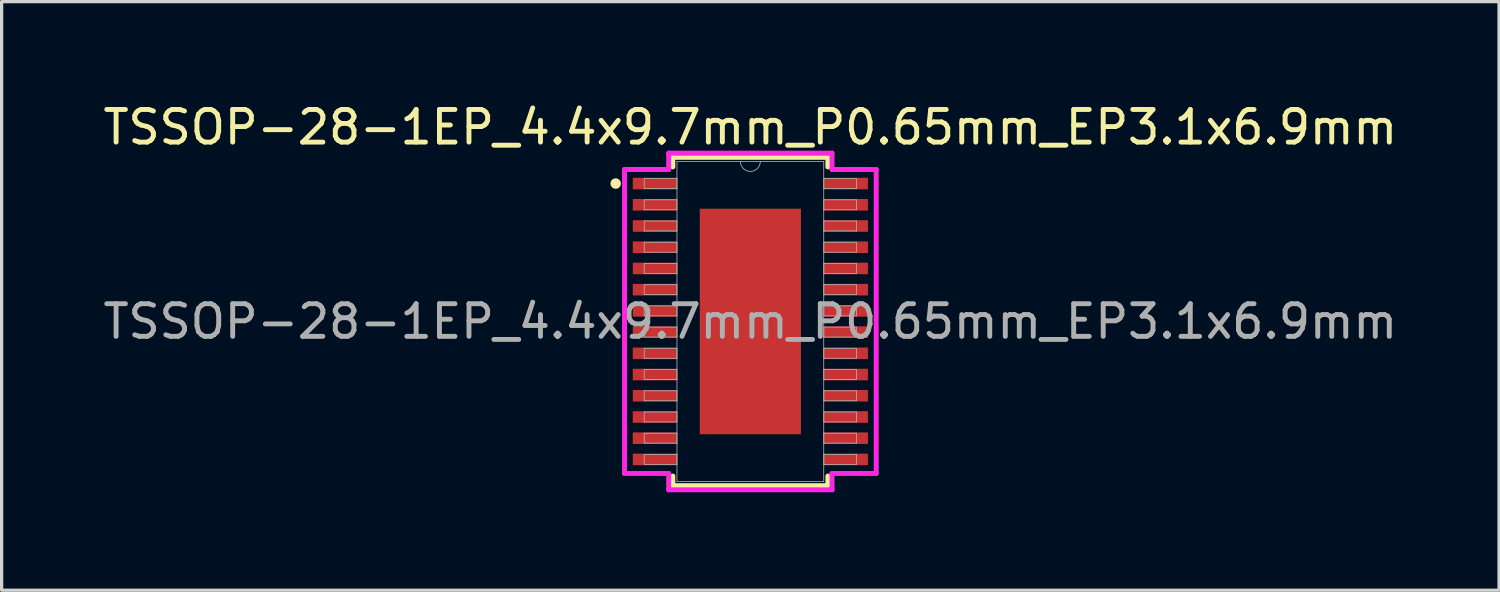
<source format=kicad_pcb>
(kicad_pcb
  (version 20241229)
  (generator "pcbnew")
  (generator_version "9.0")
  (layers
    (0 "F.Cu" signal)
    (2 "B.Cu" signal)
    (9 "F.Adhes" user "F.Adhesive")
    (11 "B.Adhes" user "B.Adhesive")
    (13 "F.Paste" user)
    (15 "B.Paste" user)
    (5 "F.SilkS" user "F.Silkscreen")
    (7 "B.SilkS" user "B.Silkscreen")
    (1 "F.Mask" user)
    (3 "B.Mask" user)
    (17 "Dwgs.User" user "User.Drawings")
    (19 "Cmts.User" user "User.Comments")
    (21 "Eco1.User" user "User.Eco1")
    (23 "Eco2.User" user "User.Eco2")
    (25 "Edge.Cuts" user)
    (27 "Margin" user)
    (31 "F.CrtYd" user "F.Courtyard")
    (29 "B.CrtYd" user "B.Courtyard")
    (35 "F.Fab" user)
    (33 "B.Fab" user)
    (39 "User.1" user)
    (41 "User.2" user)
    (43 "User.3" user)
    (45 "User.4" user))
  (footprint "TSSOP-28-1EP_4.4x9.7mm_P0.65mm_EP3.1x6.9mm"
    (layer "F.Cu")
    (at 19.935 6.798)
    (property "Reference" "TSSOP-28-1EP_4.4x9.7mm_P0.65mm_EP3.1x6.9mm" (at 0 -5.95 0) (unlocked yes) (layer "F.SilkS") (effects (font (size 1 1) (thickness 0.15))))
    (attr smd)
    (fp_line (start -2.375 -5.029) (end -2.375 -4.735) (stroke (width 0.152) (type solid)) (layer "F.SilkS"))
    (fp_line (start -2.375 4.735) (end -2.375 5.029) (stroke (width 0.152) (type solid)) (layer "F.SilkS"))
    (fp_line (start -2.375 5.029) (end 2.375 5.029) (stroke (width 0.152) (type solid)) (layer "F.SilkS"))
    (fp_line (start 2.375 -5.029) (end -2.375 -5.029) (stroke (width 0.152) (type solid)) (layer "F.SilkS"))
    (fp_line (start 2.375 -4.735) (end 2.375 -5.029) (stroke (width 0.152) (type solid)) (layer "F.SilkS"))
    (fp_line (start 2.375 5.029) (end 2.375 4.735) (stroke (width 0.152) (type solid)) (layer "F.SilkS"))
    (fp_circle (center -4.125 -4.225) (end -4.025 -4.225) (stroke (width 0.12) (type solid)) (fill yes) (layer "F.SilkS"))
    (fp_poly (pts (xy -1.449 -3.354) (xy -1.449 -2.173) (xy -0.1 -2.173) (xy -0.1 -3.354)) (stroke (width 0) (type solid)) (fill yes) (layer "F.Paste"))
    (fp_poly (pts (xy -1.449 -1.973) (xy -1.449 -0.791) (xy -0.1 -0.791) (xy -0.1 -1.973)) (stroke (width 0) (type solid)) (fill yes) (layer "F.Paste"))
    (fp_poly (pts (xy -1.449 -0.591) (xy -1.449 0.591) (xy -0.1 0.591) (xy -0.1 -0.591)) (stroke (width 0) (type solid)) (fill yes) (layer "F.Paste"))
    (fp_poly (pts (xy -1.449 0.791) (xy -1.449 1.973) (xy -0.1 1.973) (xy -0.1 0.791)) (stroke (width 0) (type solid)) (fill yes) (layer "F.Paste"))
    (fp_poly (pts (xy -1.449 2.173) (xy -1.449 3.354) (xy -0.1 3.354) (xy -0.1 2.173)) (stroke (width 0) (type solid)) (fill yes) (layer "F.Paste"))
    (fp_poly (pts (xy 0.1 -3.354) (xy 0.1 -2.173) (xy 1.449 -2.173) (xy 1.449 -3.354)) (stroke (width 0) (type solid)) (fill yes) (layer "F.Paste"))
    (fp_poly (pts (xy 0.1 -1.973) (xy 0.1 -0.791) (xy 1.449 -0.791) (xy 1.449 -1.973)) (stroke (width 0) (type solid)) (fill yes) (layer "F.Paste"))
    (fp_poly (pts (xy 0.1 -0.591) (xy 0.1 0.591) (xy 1.449 0.591) (xy 1.449 -0.591)) (stroke (width 0) (type solid)) (fill yes) (layer "F.Paste"))
    (fp_poly (pts (xy 0.1 0.791) (xy 0.1 1.973) (xy 1.449 1.973) (xy 1.449 0.791)) (stroke (width 0) (type solid)) (fill yes) (layer "F.Paste"))
    (fp_poly (pts (xy 0.1 2.173) (xy 0.1 3.354) (xy 1.449 3.354) (xy 1.449 2.173)) (stroke (width 0) (type solid)) (fill yes) (layer "F.Paste"))
    (fp_line (start -3.855 -4.656) (end -2.502 -4.656) (stroke (width 0.152) (type solid)) (layer "F.CrtYd"))
    (fp_line (start -3.855 4.656) (end -3.855 -4.656) (stroke (width 0.152) (type solid)) (layer "F.CrtYd"))
    (fp_line (start -3.855 4.656) (end -2.502 4.656) (stroke (width 0.152) (type solid)) (layer "F.CrtYd"))
    (fp_line (start -2.502 -5.156) (end 2.502 -5.156) (stroke (width 0.152) (type solid)) (layer "F.CrtYd"))
    (fp_line (start -2.502 -4.656) (end -2.502 -5.156) (stroke (width 0.152) (type solid)) (layer "F.CrtYd"))
    (fp_line (start -2.502 5.156) (end -2.502 4.656) (stroke (width 0.152) (type solid)) (layer "F.CrtYd"))
    (fp_line (start 2.502 -5.156) (end 2.502 -4.656) (stroke (width 0.152) (type solid)) (layer "F.CrtYd"))
    (fp_line (start 2.502 4.656) (end 2.502 5.156) (stroke (width 0.152) (type solid)) (layer "F.CrtYd"))
    (fp_line (start 2.502 5.156) (end -2.502 5.156) (stroke (width 0.152) (type solid)) (layer "F.CrtYd"))
    (fp_line (start 3.855 -4.656) (end 2.502 -4.656) (stroke (width 0.152) (type solid)) (layer "F.CrtYd"))
    (fp_line (start 3.855 -4.656) (end 3.855 4.656) (stroke (width 0.152) (type solid)) (layer "F.CrtYd"))
    (fp_line (start 3.855 4.656) (end 2.502 4.656) (stroke (width 0.152) (type solid)) (layer "F.CrtYd"))
    (fp_line (start -3.251 -4.377) (end -3.251 -4.073) (stroke (width 0.025) (type solid)) (layer "F.Fab"))
    (fp_line (start -3.251 -4.073) (end -2.248 -4.073) (stroke (width 0.025) (type solid)) (layer "F.Fab"))
    (fp_line (start -3.251 -3.727) (end -3.251 -3.423) (stroke (width 0.025) (type solid)) (layer "F.Fab"))
    (fp_line (start -3.251 -3.423) (end -2.248 -3.423) (stroke (width 0.025) (type solid)) (layer "F.Fab"))
    (fp_line (start -3.251 -3.077) (end -3.251 -2.773) (stroke (width 0.025) (type solid)) (layer "F.Fab"))
    (fp_line (start -3.251 -2.773) (end -2.248 -2.773) (stroke (width 0.025) (type solid)) (layer "F.Fab"))
    (fp_line (start -3.251 -2.427) (end -3.251 -2.123) (stroke (width 0.025) (type solid)) (layer "F.Fab"))
    (fp_line (start -3.251 -2.123) (end -2.248 -2.123) (stroke (width 0.025) (type solid)) (layer "F.Fab"))
    (fp_line (start -3.251 -1.777) (end -3.251 -1.473) (stroke (width 0.025) (type solid)) (layer "F.Fab"))
    (fp_line (start -3.251 -1.473) (end -2.248 -1.473) (stroke (width 0.025) (type solid)) (layer "F.Fab"))
    (fp_line (start -3.251 -1.127) (end -3.251 -0.823) (stroke (width 0.025) (type solid)) (layer "F.Fab"))
    (fp_line (start -3.251 -0.823) (end -2.248 -0.823) (stroke (width 0.025) (type solid)) (layer "F.Fab"))
    (fp_line (start -3.251 -0.477) (end -3.251 -0.173) (stroke (width 0.025) (type solid)) (layer "F.Fab"))
    (fp_line (start -3.251 -0.173) (end -2.248 -0.173) (stroke (width 0.025) (type solid)) (layer "F.Fab"))
    (fp_line (start -3.251 0.173) (end -3.251 0.477) (stroke (width 0.025) (type solid)) (layer "F.Fab"))
    (fp_line (start -3.251 0.477) (end -2.248 0.477) (stroke (width 0.025) (type solid)) (layer "F.Fab"))
    (fp_line (start -3.251 0.823) (end -3.251 1.127) (stroke (width 0.025) (type solid)) (layer "F.Fab"))
    (fp_line (start -3.251 1.127) (end -2.248 1.127) (stroke (width 0.025) (type solid)) (layer "F.Fab"))
    (fp_line (start -3.251 1.473) (end -3.251 1.777) (stroke (width 0.025) (type solid)) (layer "F.Fab"))
    (fp_line (start -3.251 1.777) (end -2.248 1.777) (stroke (width 0.025) (type solid)) (layer "F.Fab"))
    (fp_line (start -3.251 2.123) (end -3.251 2.427) (stroke (width 0.025) (type solid)) (layer "F.Fab"))
    (fp_line (start -3.251 2.427) (end -2.248 2.427) (stroke (width 0.025) (type solid)) (layer "F.Fab"))
    (fp_line (start -3.251 2.773) (end -3.251 3.077) (stroke (width 0.025) (type solid)) (layer "F.Fab"))
    (fp_line (start -3.251 3.077) (end -2.248 3.077) (stroke (width 0.025) (type solid)) (layer "F.Fab"))
    (fp_line (start -3.251 3.423) (end -3.251 3.727) (stroke (width 0.025) (type solid)) (layer "F.Fab"))
    (fp_line (start -3.251 3.727) (end -2.248 3.727) (stroke (width 0.025) (type solid)) (layer "F.Fab"))
    (fp_line (start -3.251 4.073) (end -3.251 4.377) (stroke (width 0.025) (type solid)) (layer "F.Fab"))
    (fp_line (start -3.251 4.377) (end -2.248 4.377) (stroke (width 0.025) (type solid)) (layer "F.Fab"))
    (fp_line (start -2.248 -4.902) (end -2.248 4.902) (stroke (width 0.025) (type solid)) (layer "F.Fab"))
    (fp_line (start -2.248 -4.377) (end -3.251 -4.377) (stroke (width 0.025) (type solid)) (layer "F.Fab"))
    (fp_line (start -2.248 -4.073) (end -2.248 -4.377) (stroke (width 0.025) (type solid)) (layer "F.Fab"))
    (fp_line (start -2.248 -3.727) (end -3.251 -3.727) (stroke (width 0.025) (type solid)) (layer "F.Fab"))
    (fp_line (start -2.248 -3.423) (end -2.248 -3.727) (stroke (width 0.025) (type solid)) (layer "F.Fab"))
    (fp_line (start -2.248 -3.077) (end -3.251 -3.077) (stroke (width 0.025) (type solid)) (layer "F.Fab"))
    (fp_line (start -2.248 -2.773) (end -2.248 -3.077) (stroke (width 0.025) (type solid)) (layer "F.Fab"))
    (fp_line (start -2.248 -2.427) (end -3.251 -2.427) (stroke (width 0.025) (type solid)) (layer "F.Fab"))
    (fp_line (start -2.248 -2.123) (end -2.248 -2.427) (stroke (width 0.025) (type solid)) (layer "F.Fab"))
    (fp_line (start -2.248 -1.777) (end -3.251 -1.777) (stroke (width 0.025) (type solid)) (layer "F.Fab"))
    (fp_line (start -2.248 -1.473) (end -2.248 -1.777) (stroke (width 0.025) (type solid)) (layer "F.Fab"))
    (fp_line (start -2.248 -1.127) (end -3.251 -1.127) (stroke (width 0.025) (type solid)) (layer "F.Fab"))
    (fp_line (start -2.248 -0.823) (end -2.248 -1.127) (stroke (width 0.025) (type solid)) (layer "F.Fab"))
    (fp_line (start -2.248 -0.477) (end -3.251 -0.477) (stroke (width 0.025) (type solid)) (layer "F.Fab"))
    (fp_line (start -2.248 -0.173) (end -2.248 -0.477) (stroke (width 0.025) (type solid)) (layer "F.Fab"))
    (fp_line (start -2.248 0.173) (end -3.251 0.173) (stroke (width 0.025) (type solid)) (layer "F.Fab"))
    (fp_line (start -2.248 0.477) (end -2.248 0.173) (stroke (width 0.025) (type solid)) (layer "F.Fab"))
    (fp_line (start -2.248 0.823) (end -3.251 0.823) (stroke (width 0.025) (type solid)) (layer "F.Fab"))
    (fp_line (start -2.248 1.127) (end -2.248 0.823) (stroke (width 0.025) (type solid)) (layer "F.Fab"))
    (fp_line (start -2.248 1.473) (end -3.251 1.473) (stroke (width 0.025) (type solid)) (layer "F.Fab"))
    (fp_line (start -2.248 1.777) (end -2.248 1.473) (stroke (width 0.025) (type solid)) (layer "F.Fab"))
    (fp_line (start -2.248 2.123) (end -3.251 2.123) (stroke (width 0.025) (type solid)) (layer "F.Fab"))
    (fp_line (start -2.248 2.427) (end -2.248 2.123) (stroke (width 0.025) (type solid)) (layer "F.Fab"))
    (fp_line (start -2.248 2.773) (end -3.251 2.773) (stroke (width 0.025) (type solid)) (layer "F.Fab"))
    (fp_line (start -2.248 3.077) (end -2.248 2.773) (stroke (width 0.025) (type solid)) (layer "F.Fab"))
    (fp_line (start -2.248 3.423) (end -3.251 3.423) (stroke (width 0.025) (type solid)) (layer "F.Fab"))
    (fp_line (start -2.248 3.727) (end -2.248 3.423) (stroke (width 0.025) (type solid)) (layer "F.Fab"))
    (fp_line (start -2.248 4.073) (end -3.251 4.073) (stroke (width 0.025) (type solid)) (layer "F.Fab"))
    (fp_line (start -2.248 4.377) (end -2.248 4.073) (stroke (width 0.025) (type solid)) (layer "F.Fab"))
    (fp_line (start -2.248 4.902) (end 2.248 4.902) (stroke (width 0.025) (type solid)) (layer "F.Fab"))
    (fp_line (start 2.248 -4.902) (end -2.248 -4.902) (stroke (width 0.025) (type solid)) (layer "F.Fab"))
    (fp_line (start 2.248 -4.377) (end 2.248 -4.073) (stroke (width 0.025) (type solid)) (layer "F.Fab"))
    (fp_line (start 2.248 -4.073) (end 3.251 -4.073) (stroke (width 0.025) (type solid)) (layer "F.Fab"))
    (fp_line (start 2.248 -3.727) (end 2.248 -3.423) (stroke (width 0.025) (type solid)) (layer "F.Fab"))
    (fp_line (start 2.248 -3.423) (end 3.251 -3.423) (stroke (width 0.025) (type solid)) (layer "F.Fab"))
    (fp_line (start 2.248 -3.077) (end 2.248 -2.773) (stroke (width 0.025) (type solid)) (layer "F.Fab"))
    (fp_line (start 2.248 -2.773) (end 3.251 -2.773) (stroke (width 0.025) (type solid)) (layer "F.Fab"))
    (fp_line (start 2.248 -2.427) (end 2.248 -2.123) (stroke (width 0.025) (type solid)) (layer "F.Fab"))
    (fp_line (start 2.248 -2.123) (end 3.251 -2.123) (stroke (width 0.025) (type solid)) (layer "F.Fab"))
    (fp_line (start 2.248 -1.777) (end 2.248 -1.473) (stroke (width 0.025) (type solid)) (layer "F.Fab"))
    (fp_line (start 2.248 -1.473) (end 3.251 -1.473) (stroke (width 0.025) (type solid)) (layer "F.Fab"))
    (fp_line (start 2.248 -1.127) (end 2.248 -0.823) (stroke (width 0.025) (type solid)) (layer "F.Fab"))
    (fp_line (start 2.248 -0.823) (end 3.251 -0.823) (stroke (width 0.025) (type solid)) (layer "F.Fab"))
    (fp_line (start 2.248 -0.477) (end 2.248 -0.173) (stroke (width 0.025) (type solid)) (layer "F.Fab"))
    (fp_line (start 2.248 -0.173) (end 3.251 -0.173) (stroke (width 0.025) (type solid)) (layer "F.Fab"))
    (fp_line (start 2.248 0.173) (end 2.248 0.477) (stroke (width 0.025) (type solid)) (layer "F.Fab"))
    (fp_line (start 2.248 0.477) (end 3.251 0.477) (stroke (width 0.025) (type solid)) (layer "F.Fab"))
    (fp_line (start 2.248 0.823) (end 2.248 1.127) (stroke (width 0.025) (type solid)) (layer "F.Fab"))
    (fp_line (start 2.248 1.127) (end 3.251 1.127) (stroke (width 0.025) (type solid)) (layer "F.Fab"))
    (fp_line (start 2.248 1.473) (end 2.248 1.777) (stroke (width 0.025) (type solid)) (layer "F.Fab"))
    (fp_line (start 2.248 1.777) (end 3.251 1.777) (stroke (width 0.025) (type solid)) (layer "F.Fab"))
    (fp_line (start 2.248 2.123) (end 2.248 2.427) (stroke (width 0.025) (type solid)) (layer "F.Fab"))
    (fp_line (start 2.248 2.427) (end 3.251 2.427) (stroke (width 0.025) (type solid)) (layer "F.Fab"))
    (fp_line (start 2.248 2.773) (end 2.248 3.077) (stroke (width 0.025) (type solid)) (layer "F.Fab"))
    (fp_line (start 2.248 3.077) (end 3.251 3.077) (stroke (width 0.025) (type solid)) (layer "F.Fab"))
    (fp_line (start 2.248 3.423) (end 2.248 3.727) (stroke (width 0.025) (type solid)) (layer "F.Fab"))
    (fp_line (start 2.248 3.727) (end 3.251 3.727) (stroke (width 0.025) (type solid)) (layer "F.Fab"))
    (fp_line (start 2.248 4.073) (end 2.248 4.377) (stroke (width 0.025) (type solid)) (layer "F.Fab"))
    (fp_line (start 2.248 4.377) (end 3.251 4.377) (stroke (width 0.025) (type solid)) (layer "F.Fab"))
    (fp_line (start 2.248 4.902) (end 2.248 -4.902) (stroke (width 0.025) (type solid)) (layer "F.Fab"))
    (fp_line (start 3.251 -4.377) (end 2.248 -4.377) (stroke (width 0.025) (type solid)) (layer "F.Fab"))
    (fp_line (start 3.251 -4.073) (end 3.251 -4.377) (stroke (width 0.025) (type solid)) (layer "F.Fab"))
    (fp_line (start 3.251 -3.727) (end 2.248 -3.727) (stroke (width 0.025) (type solid)) (layer "F.Fab"))
    (fp_line (start 3.251 -3.423) (end 3.251 -3.727) (stroke (width 0.025) (type solid)) (layer "F.Fab"))
    (fp_line (start 3.251 -3.077) (end 2.248 -3.077) (stroke (width 0.025) (type solid)) (layer "F.Fab"))
    (fp_line (start 3.251 -2.773) (end 3.251 -3.077) (stroke (width 0.025) (type solid)) (layer "F.Fab"))
    (fp_line (start 3.251 -2.427) (end 2.248 -2.427) (stroke (width 0.025) (type solid)) (layer "F.Fab"))
    (fp_line (start 3.251 -2.123) (end 3.251 -2.427) (stroke (width 0.025) (type solid)) (layer "F.Fab"))
    (fp_line (start 3.251 -1.777) (end 2.248 -1.777) (stroke (width 0.025) (type solid)) (layer "F.Fab"))
    (fp_line (start 3.251 -1.473) (end 3.251 -1.777) (stroke (width 0.025) (type solid)) (layer "F.Fab"))
    (fp_line (start 3.251 -1.127) (end 2.248 -1.127) (stroke (width 0.025) (type solid)) (layer "F.Fab"))
    (fp_line (start 3.251 -0.823) (end 3.251 -1.127) (stroke (width 0.025) (type solid)) (layer "F.Fab"))
    (fp_line (start 3.251 -0.477) (end 2.248 -0.477) (stroke (width 0.025) (type solid)) (layer "F.Fab"))
    (fp_line (start 3.251 -0.173) (end 3.251 -0.477) (stroke (width 0.025) (type solid)) (layer "F.Fab"))
    (fp_line (start 3.251 0.173) (end 2.248 0.173) (stroke (width 0.025) (type solid)) (layer "F.Fab"))
    (fp_line (start 3.251 0.477) (end 3.251 0.173) (stroke (width 0.025) (type solid)) (layer "F.Fab"))
    (fp_line (start 3.251 0.823) (end 2.248 0.823) (stroke (width 0.025) (type solid)) (layer "F.Fab"))
    (fp_line (start 3.251 1.127) (end 3.251 0.823) (stroke (width 0.025) (type solid)) (layer "F.Fab"))
    (fp_line (start 3.251 1.473) (end 2.248 1.473) (stroke (width 0.025) (type solid)) (layer "F.Fab"))
    (fp_line (start 3.251 1.777) (end 3.251 1.473) (stroke (width 0.025) (type solid)) (layer "F.Fab"))
    (fp_line (start 3.251 2.123) (end 2.248 2.123) (stroke (width 0.025) (type solid)) (layer "F.Fab"))
    (fp_line (start 3.251 2.427) (end 3.251 2.123) (stroke (width 0.025) (type solid)) (layer "F.Fab"))
    (fp_line (start 3.251 2.773) (end 2.248 2.773) (stroke (width 0.025) (type solid)) (layer "F.Fab"))
    (fp_line (start 3.251 3.077) (end 3.251 2.773) (stroke (width 0.025) (type solid)) (layer "F.Fab"))
    (fp_line (start 3.251 3.423) (end 2.248 3.423) (stroke (width 0.025) (type solid)) (layer "F.Fab"))
    (fp_line (start 3.251 3.727) (end 3.251 3.423) (stroke (width 0.025) (type solid)) (layer "F.Fab"))
    (fp_line (start 3.251 4.073) (end 2.248 4.073) (stroke (width 0.025) (type solid)) (layer "F.Fab"))
    (fp_line (start 3.251 4.377) (end 3.251 4.073) (stroke (width 0.025) (type solid)) (layer "F.Fab"))
    (fp_arc (start 0.3048 -4.9022) (mid 0 -4.5974) (end -0.3048 -4.9022) (stroke (width 0.0254) (type solid)) (layer "F.Fab"))
    (fp_text user "${REFERENCE}" (at 0 0 0) (unlocked yes) (layer "F.Fab") (effects (font (size 1 1) (thickness 0.15))))
    (pad "1" smd rect (at -2.925 -4.225) (size 1.353 0.355) (layers "F.Cu" "F.Mask" "F.Paste"))
    (pad "2" smd rect (at -2.925 -3.575) (size 1.353 0.355) (layers "F.Cu" "F.Mask" "F.Paste"))
    (pad "3" smd rect (at -2.925 -2.925) (size 1.353 0.355) (layers "F.Cu" "F.Mask" "F.Paste"))
    (pad "4" smd rect (at -2.925 -2.275) (size 1.353 0.355) (layers "F.Cu" "F.Mask" "F.Paste"))
    (pad "5" smd rect (at -2.925 -1.625) (size 1.353 0.355) (layers "F.Cu" "F.Mask" "F.Paste"))
    (pad "6" smd rect (at -2.925 -0.975) (size 1.353 0.355) (layers "F.Cu" "F.Mask" "F.Paste"))
    (pad "7" smd rect (at -2.925 -0.325) (size 1.353 0.355) (layers "F.Cu" "F.Mask" "F.Paste"))
    (pad "8" smd rect (at -2.925 0.325) (size 1.353 0.355) (layers "F.Cu" "F.Mask" "F.Paste"))
    (pad "9" smd rect (at -2.925 0.975) (size 1.353 0.355) (layers "F.Cu" "F.Mask" "F.Paste"))
    (pad "10" smd rect (at -2.925 1.625) (size 1.353 0.355) (layers "F.Cu" "F.Mask" "F.Paste"))
    (pad "11" smd rect (at -2.925 2.275) (size 1.353 0.355) (layers "F.Cu" "F.Mask" "F.Paste"))
    (pad "12" smd rect (at -2.925 2.925) (size 1.353 0.355) (layers "F.Cu" "F.Mask" "F.Paste"))
    (pad "13" smd rect (at -2.925 3.575) (size 1.353 0.355) (layers "F.Cu" "F.Mask" "F.Paste"))
    (pad "14" smd rect (at -2.925 4.225) (size 1.353 0.355) (layers "F.Cu" "F.Mask" "F.Paste"))
    (pad "15" smd rect (at 2.925 4.225) (size 1.353 0.355) (layers "F.Cu" "F.Mask" "F.Paste"))
    (pad "16" smd rect (at 2.925 3.575) (size 1.353 0.355) (layers "F.Cu" "F.Mask" "F.Paste"))
    (pad "17" smd rect (at 2.925 2.925) (size 1.353 0.355) (layers "F.Cu" "F.Mask" "F.Paste"))
    (pad "18" smd rect (at 2.925 2.275) (size 1.353 0.355) (layers "F.Cu" "F.Mask" "F.Paste"))
    (pad "19" smd rect (at 2.925 1.625) (size 1.353 0.355) (layers "F.Cu" "F.Mask" "F.Paste"))
    (pad "20" smd rect (at 2.925 0.975) (size 1.353 0.355) (layers "F.Cu" "F.Mask" "F.Paste"))
    (pad "21" smd rect (at 2.925 0.325) (size 1.353 0.355) (layers "F.Cu" "F.Mask" "F.Paste"))
    (pad "22" smd rect (at 2.925 -0.325) (size 1.353 0.355) (layers "F.Cu" "F.Mask" "F.Paste"))
    (pad "23" smd rect (at 2.925 -0.975) (size 1.353 0.355) (layers "F.Cu" "F.Mask" "F.Paste"))
    (pad "24" smd rect (at 2.925 -1.625) (size 1.353 0.355) (layers "F.Cu" "F.Mask" "F.Paste"))
    (pad "25" smd rect (at 2.925 -2.275) (size 1.353 0.355) (layers "F.Cu" "F.Mask" "F.Paste"))
    (pad "26" smd rect (at 2.925 -2.925) (size 1.353 0.355) (layers "F.Cu" "F.Mask" "F.Paste"))
    (pad "27" smd rect (at 2.925 -3.575) (size 1.353 0.355) (layers "F.Cu" "F.Mask" "F.Paste"))
    (pad "28" smd rect (at 2.925 -4.225) (size 1.353 0.355) (layers "F.Cu" "F.Mask" "F.Paste"))
    (pad "EP" smd rect (at 0 0) (size 3.099 6.909) (layers "F.Cu" "F.Mask")))
  (gr_rect
    (start -3 -3)
    (end 42.869 15.031)
    (stroke (width 0.1) (type default))
    (fill no)
    (layer "Edge.Cuts")))
</source>
